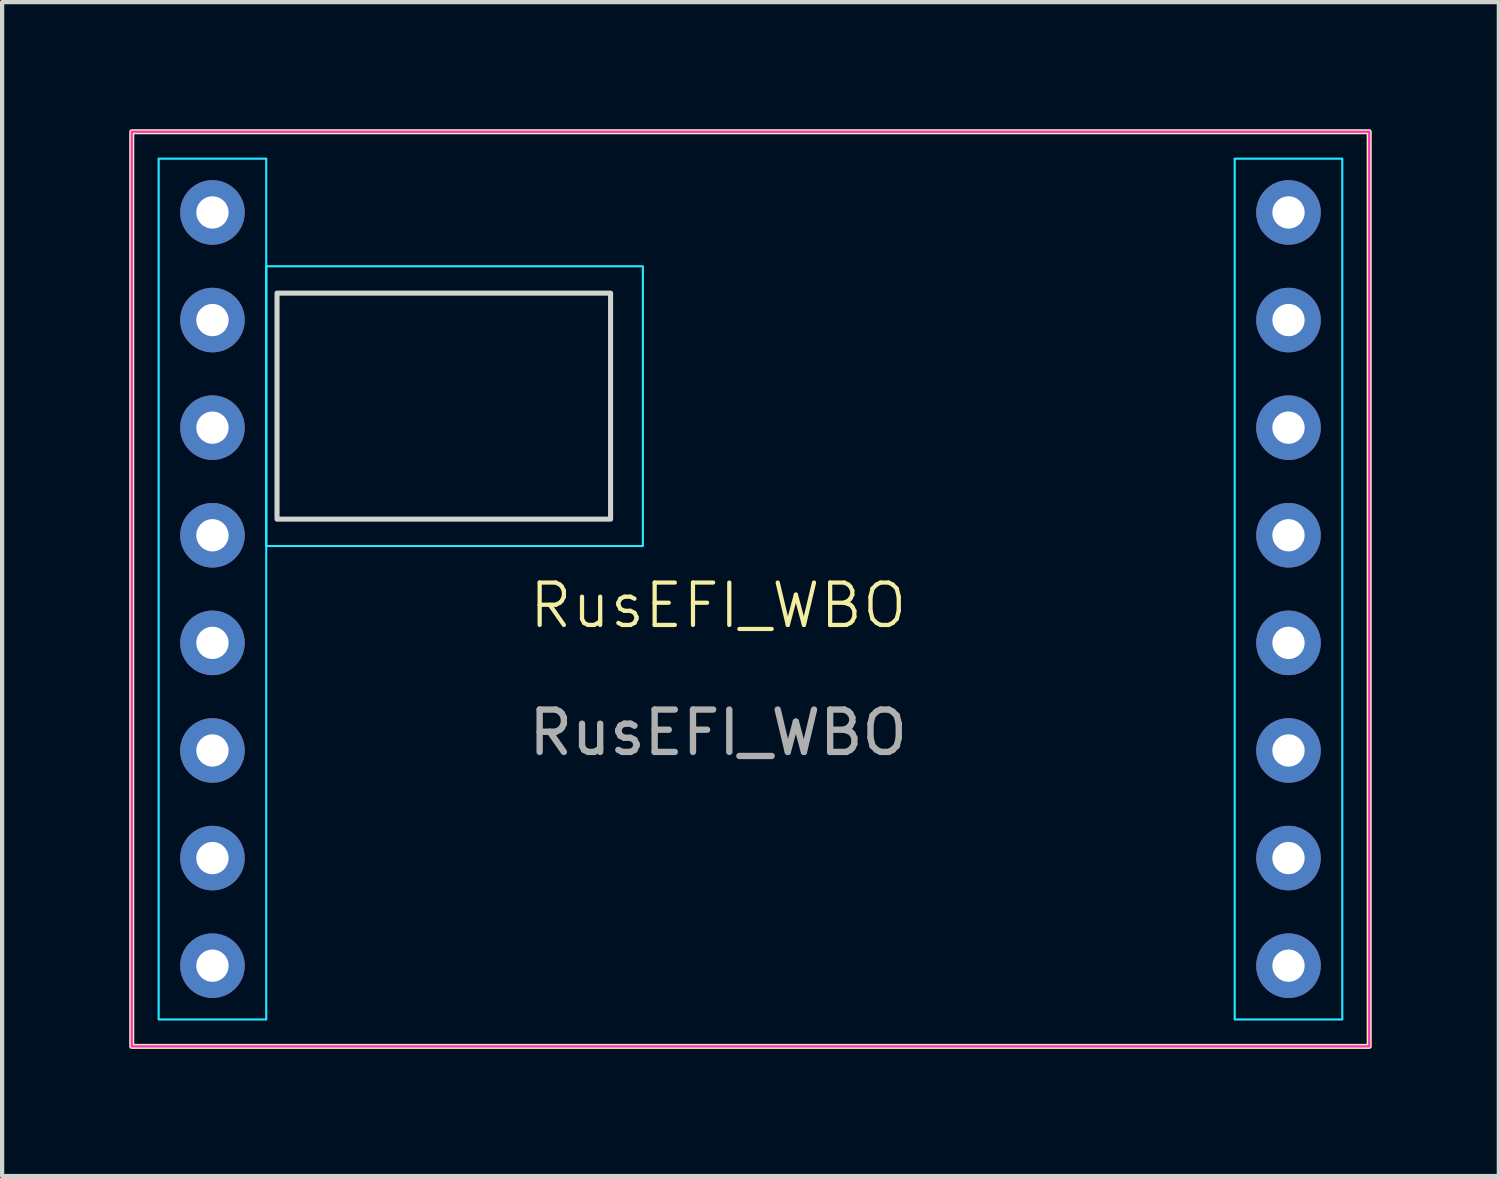
<source format=kicad_pcb>
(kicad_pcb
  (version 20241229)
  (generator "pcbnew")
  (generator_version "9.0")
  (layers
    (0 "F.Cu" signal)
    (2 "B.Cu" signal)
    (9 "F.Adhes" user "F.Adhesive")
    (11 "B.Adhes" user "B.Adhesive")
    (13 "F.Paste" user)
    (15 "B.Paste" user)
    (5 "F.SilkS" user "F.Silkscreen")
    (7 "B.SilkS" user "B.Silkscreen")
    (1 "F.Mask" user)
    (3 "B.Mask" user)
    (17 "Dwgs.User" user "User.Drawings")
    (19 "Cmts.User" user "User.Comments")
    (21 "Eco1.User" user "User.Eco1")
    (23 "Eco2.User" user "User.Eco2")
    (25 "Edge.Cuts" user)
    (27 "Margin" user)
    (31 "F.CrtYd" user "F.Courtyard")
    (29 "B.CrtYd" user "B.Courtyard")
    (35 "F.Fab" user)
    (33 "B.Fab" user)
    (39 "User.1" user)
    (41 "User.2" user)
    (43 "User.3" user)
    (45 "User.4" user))
  (footprint "RusEFI_WBO"
    (layer "F.Cu")
    (at 13.903 11.744)
    (property "Reference" "RusEFI_WBO" (at 0 -0.5 0) (unlocked yes) (layer "F.SilkS") (effects (font (size 1 1) (thickness 0.1))))
    (attr smd)
    (fp_rect (start -13.843 -11.684) (end 15.367 9.906) (stroke (width 0.12) (type solid)) (fill no) (layer "F.SilkS"))
    (fp_rect (start -10.414 -7.874) (end -2.54 -2.54) (stroke (width 0.12) (type solid)) (fill no) (layer "Edge.Cuts"))
    (fp_rect (start -13.208 -11.049) (end -10.668 9.271) (stroke (width 0.05) (type solid)) (fill no) (layer "B.CrtYd"))
    (fp_rect (start -10.668 -8.509) (end -1.778 -1.905) (stroke (width 0.05) (type solid)) (fill no) (layer "B.CrtYd"))
    (fp_rect (start 12.192 -11.049) (end 14.732 9.271) (stroke (width 0.05) (type solid)) (fill no) (layer "B.CrtYd"))
    (fp_rect (start -13.843 -11.684) (end 15.367 9.906) (stroke (width 0.05) (type solid)) (fill no) (layer "F.CrtYd"))
    (fp_text user "${REFERENCE}" (at 0 2.5 0) (unlocked yes) (layer "F.Fab") (effects (font (size 1 1) (thickness 0.15))))
    (pad "1" thru_hole circle (at -11.938 -9.779) (size 1.524 1.524) (drill 0.762) (layers "*.Cu" "*.Mask"))
    (pad "2" thru_hole circle (at -11.938 -7.239) (size 1.524 1.524) (drill 0.762) (layers "*.Cu" "*.Mask"))
    (pad "3" thru_hole circle (at -11.938 -4.699) (size 1.524 1.524) (drill 0.762) (layers "*.Cu" "*.Mask"))
    (pad "4" thru_hole circle (at -11.938 -2.159) (size 1.524 1.524) (drill 0.762) (layers "*.Cu" "*.Mask"))
    (pad "5" thru_hole circle (at -11.938 0.381) (size 1.524 1.524) (drill 0.762) (layers "*.Cu" "*.Mask"))
    (pad "6" thru_hole circle (at -11.938 2.921) (size 1.524 1.524) (drill 0.762) (layers "*.Cu" "*.Mask"))
    (pad "7" thru_hole circle (at -11.938 5.461) (size 1.524 1.524) (drill 0.762) (layers "*.Cu" "*.Mask"))
    (pad "8" thru_hole circle (at -11.938 8.001) (size 1.524 1.524) (drill 0.762) (layers "*.Cu" "*.Mask"))
    (pad "9" thru_hole circle (at 13.462 -9.779) (size 1.524 1.524) (drill 0.762) (layers "*.Cu" "*.Mask"))
    (pad "10" thru_hole circle (at 13.462 -7.239) (size 1.524 1.524) (drill 0.762) (layers "*.Cu" "*.Mask"))
    (pad "11" thru_hole circle (at 13.462 -4.699) (size 1.524 1.524) (drill 0.762) (layers "*.Cu" "*.Mask"))
    (pad "12" thru_hole circle (at 13.462 -2.159) (size 1.524 1.524) (drill 0.762) (layers "*.Cu" "*.Mask"))
    (pad "13" thru_hole circle (at 13.462 0.381) (size 1.524 1.524) (drill 0.762) (layers "*.Cu" "*.Mask"))
    (pad "14" thru_hole circle (at 13.462 2.921) (size 1.524 1.524) (drill 0.762) (layers "*.Cu" "*.Mask"))
    (pad "15" thru_hole circle (at 13.462 5.461) (size 1.524 1.524) (drill 0.762) (layers "*.Cu" "*.Mask"))
    (pad "16" thru_hole circle (at 13.462 8.001) (size 1.524 1.524) (drill 0.762) (layers "*.Cu" "*.Mask")))
  (gr_rect
    (start -3 -3)
    (end 32.33 24.71)
    (stroke (width 0.1) (type default))
    (fill no)
    (layer "Edge.Cuts")))
</source>
